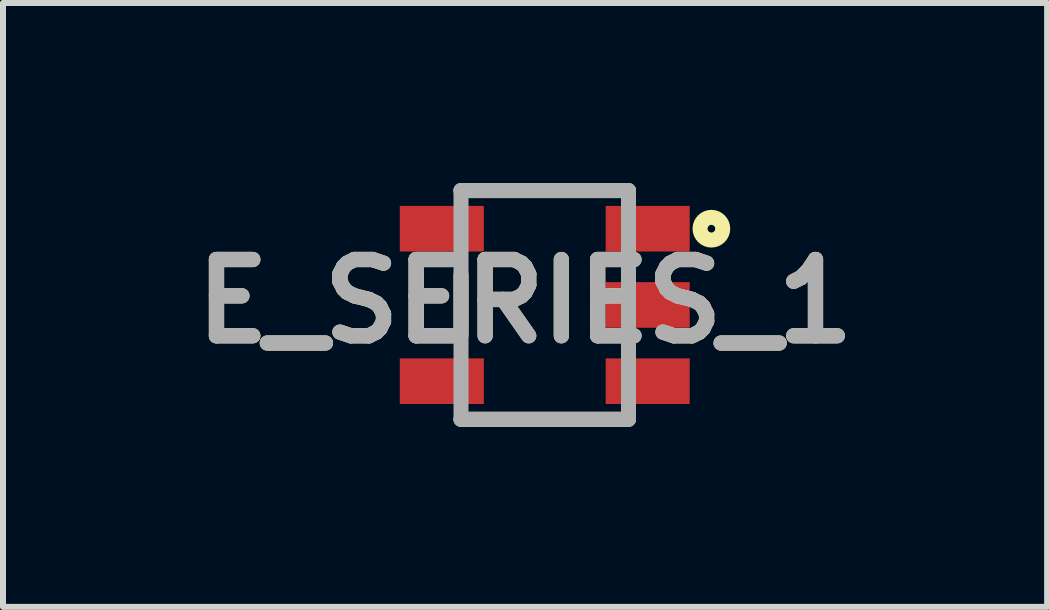
<source format=kicad_pcb>
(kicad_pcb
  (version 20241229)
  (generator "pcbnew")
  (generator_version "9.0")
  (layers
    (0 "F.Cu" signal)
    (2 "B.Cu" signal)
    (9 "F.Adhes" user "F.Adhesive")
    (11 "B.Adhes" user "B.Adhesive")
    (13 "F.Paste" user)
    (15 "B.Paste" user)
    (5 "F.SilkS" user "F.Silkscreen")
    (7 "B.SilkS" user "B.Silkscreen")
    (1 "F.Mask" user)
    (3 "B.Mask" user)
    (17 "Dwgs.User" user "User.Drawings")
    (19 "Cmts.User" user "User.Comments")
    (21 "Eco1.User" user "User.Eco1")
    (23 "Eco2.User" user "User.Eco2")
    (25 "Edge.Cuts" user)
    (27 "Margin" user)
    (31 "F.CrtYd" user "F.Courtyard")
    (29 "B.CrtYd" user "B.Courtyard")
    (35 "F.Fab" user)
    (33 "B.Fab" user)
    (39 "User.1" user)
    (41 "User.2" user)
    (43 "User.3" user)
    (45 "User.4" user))
  (footprint "E_SERIES_1"
    (layer "F.Cu")
    (at 6.025 2.03)
    (property "Reference" "E_SERIES_1" (at -0.328 -0.061 0) (layer "F.SilkS") (effects (font (size 1.27 1.27) (thickness 0.254))))
    (attr smd)
    (fp_line (start -1.395 -1.905) (end 1.395 -1.905) (stroke (width 0.25) (type solid)) (layer "F.SilkS"))
    (fp_line (start -1.395 -0.5) (end -1.395 0.5) (stroke (width 0.25) (type solid)) (layer "F.SilkS"))
    (fp_line (start 1.395 1.905) (end -1.395 1.905) (stroke (width 0.25) (type solid)) (layer "F.SilkS"))
    (fp_circle (center 2.776 -1.27) (end 2.776 -1.206) (stroke (width 0.25) (type solid)) (fill no) (layer "F.SilkS"))
    (fp_line (start -1.395 -1.905) (end 1.395 -1.905) (stroke (width 0.25) (type solid)) (layer "F.Fab"))
    (fp_line (start -1.395 1.905) (end -1.395 -1.905) (stroke (width 0.25) (type solid)) (layer "F.Fab"))
    (fp_line (start 1.395 -1.905) (end 1.395 1.905) (stroke (width 0.25) (type solid)) (layer "F.Fab"))
    (fp_line (start 1.395 1.905) (end -1.395 1.905) (stroke (width 0.25) (type solid)) (layer "F.Fab"))
    (fp_text user "${REFERENCE}" (at -0.328 -0.061 0) (layer "F.Fab") (effects (font (size 1.27 1.27) (thickness 0.254))))
    (pad "1" smd rect (at 1.715 -1.27 90) (size 0.76 1.4) (layers "F.Cu" "F.Mask" "F.Paste"))
    (pad "2" smd rect (at 1.715 0 90) (size 0.76 1.4) (layers "F.Cu" "F.Mask" "F.Paste"))
    (pad "3" smd rect (at 1.715 1.27 90) (size 0.76 1.4) (layers "F.Cu" "F.Mask" "F.Paste"))
    (pad "4" smd rect (at -1.715 1.27 90) (size 0.76 1.4) (layers "F.Cu" "F.Mask" "F.Paste"))
    (pad "5" smd rect (at -1.715 -1.27 90) (size 0.76 1.4) (layers "F.Cu" "F.Mask" "F.Paste")))
  (gr_rect
    (start -3 -3)
    (end 14.394 7.06)
    (stroke (width 0.1) (type default))
    (fill no)
    (layer "Edge.Cuts")))
</source>
